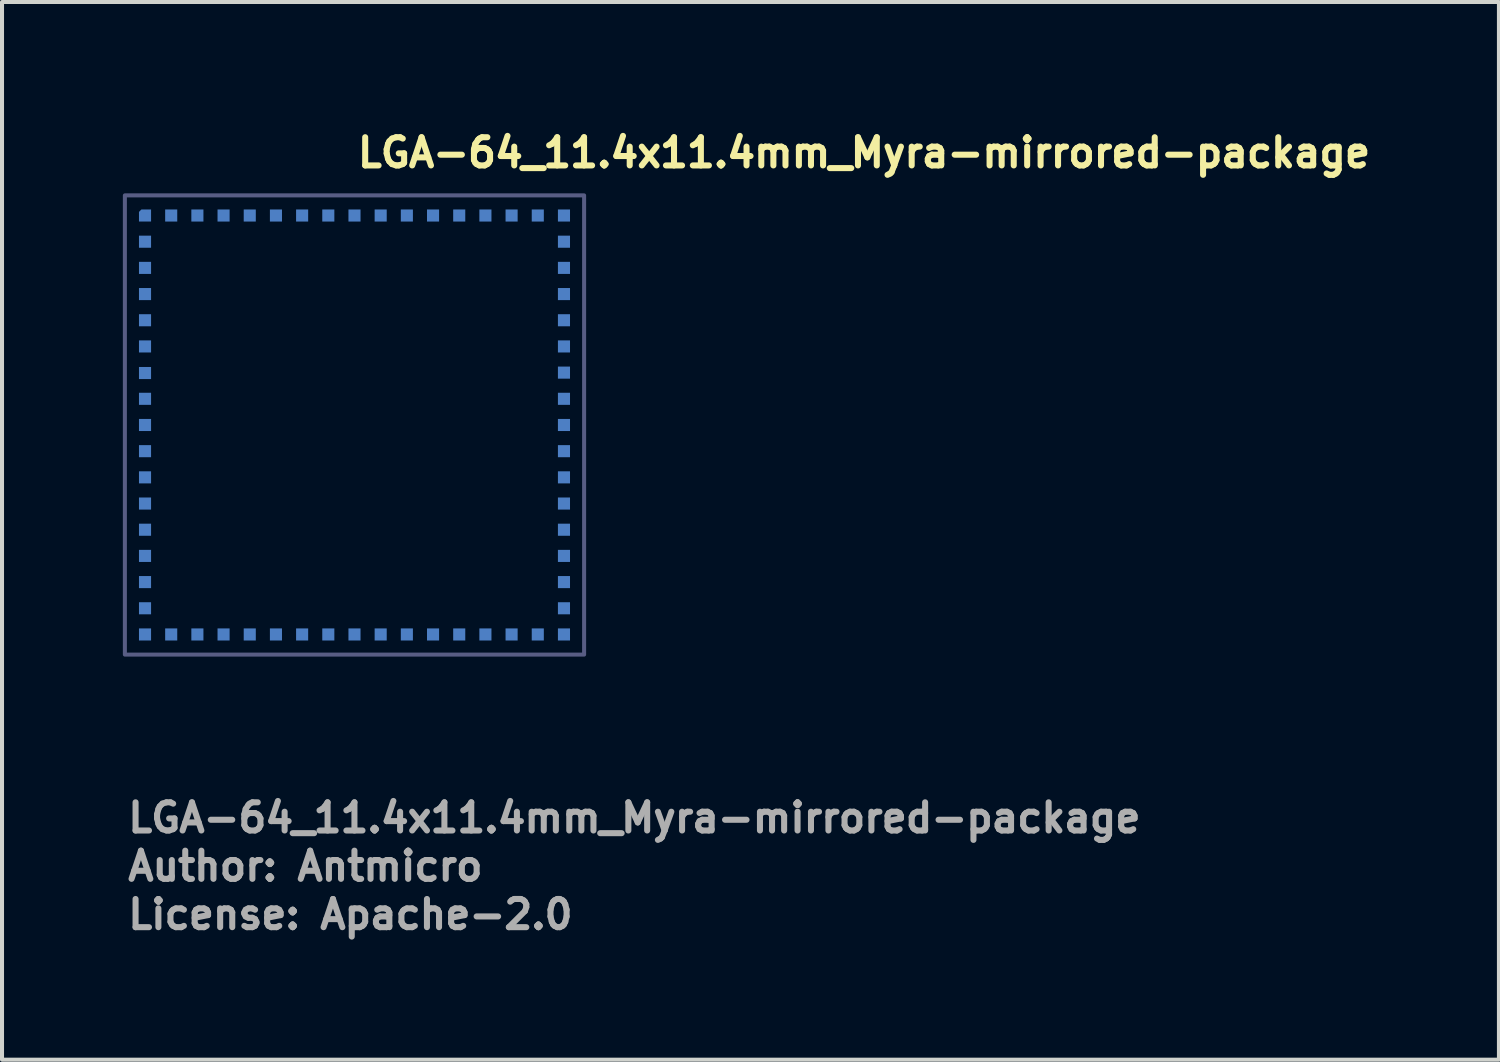
<source format=kicad_pcb>
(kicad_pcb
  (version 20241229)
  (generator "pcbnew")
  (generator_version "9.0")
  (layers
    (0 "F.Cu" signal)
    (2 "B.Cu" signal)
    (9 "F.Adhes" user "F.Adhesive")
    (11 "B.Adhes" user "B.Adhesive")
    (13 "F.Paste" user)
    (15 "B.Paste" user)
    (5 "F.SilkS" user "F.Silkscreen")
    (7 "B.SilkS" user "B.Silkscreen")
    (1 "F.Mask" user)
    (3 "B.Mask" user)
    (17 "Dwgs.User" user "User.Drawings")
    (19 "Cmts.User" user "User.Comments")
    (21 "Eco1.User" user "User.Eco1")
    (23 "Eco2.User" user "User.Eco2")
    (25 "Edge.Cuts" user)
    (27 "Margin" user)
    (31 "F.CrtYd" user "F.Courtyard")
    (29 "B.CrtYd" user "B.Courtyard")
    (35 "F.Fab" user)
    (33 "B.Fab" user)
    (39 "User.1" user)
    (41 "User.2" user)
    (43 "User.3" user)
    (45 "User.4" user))
  (footprint "LGA-64_11.4x11.4mm_Myra-mirrored-package"
    (layer "F.Cu")
    (at 5.75 7.5)
    (property "Reference" "LGA-64_11.4x11.4mm_Myra-mirrored-package" (at 0 -6.35 0) (unlocked yes) (layer "F.SilkS") (effects (font (size 0.7 0.7) (thickness 0.15)) (justify left bottom)))
    (attr smd exclude_from_pos_files)
    (fp_rect (start -5.7 -5.7) (end 5.7 5.7) (stroke (width 0.1) (type solid)) (fill no) (layer "B.Fab"))
    (fp_text user "Author: Antmicro" (at -5.7 11.36 0) (layer "F.Fab") (effects (font (size 0.7 0.7) (thickness 0.15)) (justify left bottom)))
    (fp_text user "${REFERENCE}" (at -5.7 10.16 0) (unlocked yes) (layer "F.Fab") (effects (font (size 0.7 0.7) (thickness 0.15)) (justify left bottom)))
    (fp_text user "License: Apache-2.0" (at -5.7 12.56 0) (layer "F.Fab") (effects (font (size 0.7 0.7) (thickness 0.15)) (justify left bottom)))
    (pad "A1" smd roundrect (at -5.2 -5.2) (size 0.3 0.3) (layers "B.Cu" "B.Mask" "B.Paste") (roundrect_rratio 0) (chamfer_ratio 0.2) (chamfer top_left))
    (pad "A2" smd rect (at -4.55 -5.2) (size 0.3 0.3) (layers "B.Cu" "B.Mask" "B.Paste"))
    (pad "A3" smd rect (at -3.9 -5.2) (size 0.3 0.3) (layers "B.Cu" "B.Mask" "B.Paste"))
    (pad "A4" smd rect (at -3.25 -5.2) (size 0.3 0.3) (layers "B.Cu" "B.Mask" "B.Paste"))
    (pad "A5" smd rect (at -2.6 -5.2) (size 0.3 0.3) (layers "B.Cu" "B.Mask" "B.Paste"))
    (pad "A6" smd rect (at -1.95 -5.2) (size 0.3 0.3) (layers "B.Cu" "B.Mask" "B.Paste"))
    (pad "A7" smd rect (at -1.3 -5.2) (size 0.3 0.3) (layers "B.Cu" "B.Mask" "B.Paste"))
    (pad "A8" smd rect (at -0.65 -5.2) (size 0.3 0.3) (layers "B.Cu" "B.Mask" "B.Paste"))
    (pad "A9" smd rect (at 0 -5.2) (size 0.3 0.3) (layers "B.Cu" "B.Mask" "B.Paste"))
    (pad "A10" smd rect (at 0.65 -5.2) (size 0.3 0.3) (layers "B.Cu" "B.Mask" "B.Paste"))
    (pad "A11" smd rect (at 1.3 -5.2) (size 0.3 0.3) (layers "B.Cu" "B.Mask" "B.Paste"))
    (pad "A12" smd rect (at 1.95 -5.2) (size 0.3 0.3) (layers "B.Cu" "B.Mask" "B.Paste"))
    (pad "A13" smd rect (at 2.6 -5.2) (size 0.3 0.3) (layers "B.Cu" "B.Mask" "B.Paste"))
    (pad "A14" smd rect (at 3.25 -5.2) (size 0.3 0.3) (layers "B.Cu" "B.Mask" "B.Paste"))
    (pad "A15" smd rect (at 3.9 -5.2) (size 0.3 0.3) (layers "B.Cu" "B.Mask" "B.Paste"))
    (pad "A16" smd rect (at 4.55 -5.2) (size 0.3 0.3) (layers "B.Cu" "B.Mask" "B.Paste"))
    (pad "A17" smd rect (at 5.2 -5.2) (size 0.3 0.3) (layers "B.Cu" "B.Mask" "B.Paste"))
    (pad "B1" smd rect (at -5.2 -4.55) (size 0.3 0.3) (layers "B.Cu" "B.Mask" "B.Paste"))
    (pad "B17" smd rect (at 5.2 -4.55) (size 0.3 0.3) (layers "B.Cu" "B.Mask" "B.Paste"))
    (pad "C1" smd rect (at -5.2 -3.9) (size 0.3 0.3) (layers "B.Cu" "B.Mask" "B.Paste"))
    (pad "C17" smd rect (at 5.2 -3.9) (size 0.3 0.3) (layers "B.Cu" "B.Mask" "B.Paste"))
    (pad "D1" smd rect (at -5.2 -3.25) (size 0.3 0.3) (layers "B.Cu" "B.Mask" "B.Paste"))
    (pad "D17" smd rect (at 5.2 -3.25) (size 0.3 0.3) (layers "B.Cu" "B.Mask" "B.Paste"))
    (pad "E1" smd rect (at -5.2 -2.6) (size 0.3 0.3) (layers "B.Cu" "B.Mask" "B.Paste"))
    (pad "E17" smd rect (at 5.2 -2.6) (size 0.3 0.3) (layers "B.Cu" "B.Mask" "B.Paste"))
    (pad "F1" smd rect (at -5.2 -1.95) (size 0.3 0.3) (layers "B.Cu" "B.Mask" "B.Paste"))
    (pad "F17" smd rect (at 5.2 -1.95) (size 0.3 0.3) (layers "B.Cu" "B.Mask" "B.Paste"))
    (pad "G1" smd rect (at -5.2 -1.29) (size 0.3 0.3) (layers "B.Cu" "B.Mask" "B.Paste"))
    (pad "G17" smd rect (at 5.2 -1.3) (size 0.3 0.3) (layers "B.Cu" "B.Mask" "B.Paste"))
    (pad "H1" smd rect (at -5.2 -0.65) (size 0.3 0.3) (layers "B.Cu" "B.Mask" "B.Paste"))
    (pad "H17" smd rect (at 5.2 -0.65) (size 0.3 0.3) (layers "B.Cu" "B.Mask" "B.Paste"))
    (pad "I1" smd rect (at -5.2 0) (size 0.3 0.3) (layers "B.Cu" "B.Mask" "B.Paste"))
    (pad "I17" smd rect (at 5.2 0) (size 0.3 0.3) (layers "B.Cu" "B.Mask" "B.Paste"))
    (pad "J1" smd rect (at -5.2 0.65) (size 0.3 0.3) (layers "B.Cu" "B.Mask" "B.Paste"))
    (pad "J17" smd rect (at 5.2 0.65) (size 0.3 0.3) (layers "B.Cu" "B.Mask" "B.Paste"))
    (pad "K1" smd rect (at -5.2 1.3) (size 0.3 0.3) (layers "B.Cu" "B.Mask" "B.Paste"))
    (pad "K17" smd rect (at 5.2 1.3) (size 0.3 0.3) (layers "B.Cu" "B.Mask" "B.Paste"))
    (pad "L1" smd rect (at -5.2 1.95) (size 0.3 0.3) (layers "B.Cu" "B.Mask" "B.Paste"))
    (pad "L17" smd rect (at 5.2 1.95) (size 0.3 0.3) (layers "B.Cu" "B.Mask" "B.Paste"))
    (pad "M1" smd rect (at -5.2 2.6) (size 0.3 0.3) (layers "B.Cu" "B.Mask" "B.Paste"))
    (pad "M17" smd rect (at 5.2 2.6) (size 0.3 0.3) (layers "B.Cu" "B.Mask" "B.Paste"))
    (pad "N1" smd rect (at -5.2 3.25) (size 0.3 0.3) (layers "B.Cu" "B.Mask" "B.Paste"))
    (pad "N17" smd rect (at 5.2 3.25) (size 0.3 0.3) (layers "B.Cu" "B.Mask" "B.Paste"))
    (pad "O1" smd rect (at -5.2 3.9) (size 0.3 0.3) (layers "B.Cu" "B.Mask" "B.Paste"))
    (pad "O17" smd rect (at 5.2 3.9) (size 0.3 0.3) (layers "B.Cu" "B.Mask" "B.Paste"))
    (pad "P1" smd rect (at -5.2 4.55) (size 0.3 0.3) (layers "B.Cu" "B.Mask" "B.Paste"))
    (pad "P17" smd rect (at 5.2 4.55) (size 0.3 0.3) (layers "B.Cu" "B.Mask" "B.Paste"))
    (pad "Q1" smd rect (at -5.2 5.2) (size 0.3 0.3) (layers "B.Cu" "B.Mask" "B.Paste"))
    (pad "Q2" smd rect (at -4.55 5.2) (size 0.3 0.3) (layers "B.Cu" "B.Mask" "B.Paste"))
    (pad "Q3" smd rect (at -3.9 5.2) (size 0.3 0.3) (layers "B.Cu" "B.Mask" "B.Paste"))
    (pad "Q4" smd rect (at -3.25 5.2) (size 0.3 0.3) (layers "B.Cu" "B.Mask" "B.Paste"))
    (pad "Q5" smd rect (at -2.6 5.2) (size 0.3 0.3) (layers "B.Cu" "B.Mask" "B.Paste"))
    (pad "Q6" smd rect (at -1.95 5.2) (size 0.3 0.3) (layers "B.Cu" "B.Mask" "B.Paste"))
    (pad "Q7" smd rect (at -1.3 5.2) (size 0.3 0.3) (layers "B.Cu" "B.Mask" "B.Paste"))
    (pad "Q8" smd rect (at -0.65 5.2) (size 0.3 0.3) (layers "B.Cu" "B.Mask" "B.Paste"))
    (pad "Q9" smd rect (at 0 5.2) (size 0.3 0.3) (layers "B.Cu" "B.Mask" "B.Paste"))
    (pad "Q10" smd rect (at 0.65 5.2) (size 0.3 0.3) (layers "B.Cu" "B.Mask" "B.Paste"))
    (pad "Q11" smd rect (at 1.3 5.2) (size 0.3 0.3) (layers "B.Cu" "B.Mask" "B.Paste"))
    (pad "Q12" smd rect (at 1.95 5.2) (size 0.3 0.3) (layers "B.Cu" "B.Mask" "B.Paste"))
    (pad "Q13" smd rect (at 2.6 5.2) (size 0.3 0.3) (layers "B.Cu" "B.Mask" "B.Paste"))
    (pad "Q14" smd rect (at 3.25 5.2) (size 0.3 0.3) (layers "B.Cu" "B.Mask" "B.Paste"))
    (pad "Q15" smd rect (at 3.9 5.2) (size 0.3 0.3) (layers "B.Cu" "B.Mask" "B.Paste"))
    (pad "Q16" smd rect (at 4.55 5.2) (size 0.3 0.3) (layers "B.Cu" "B.Mask" "B.Paste"))
    (pad "Q17" smd rect (at 5.2 5.2) (size 0.3 0.3) (layers "B.Cu" "B.Mask" "B.Paste")))
  (gr_rect
    (start -3 -3)
    (end 34.16 23.256)
    (stroke (width 0.1) (type default))
    (fill no)
    (layer "Edge.Cuts")))
</source>
